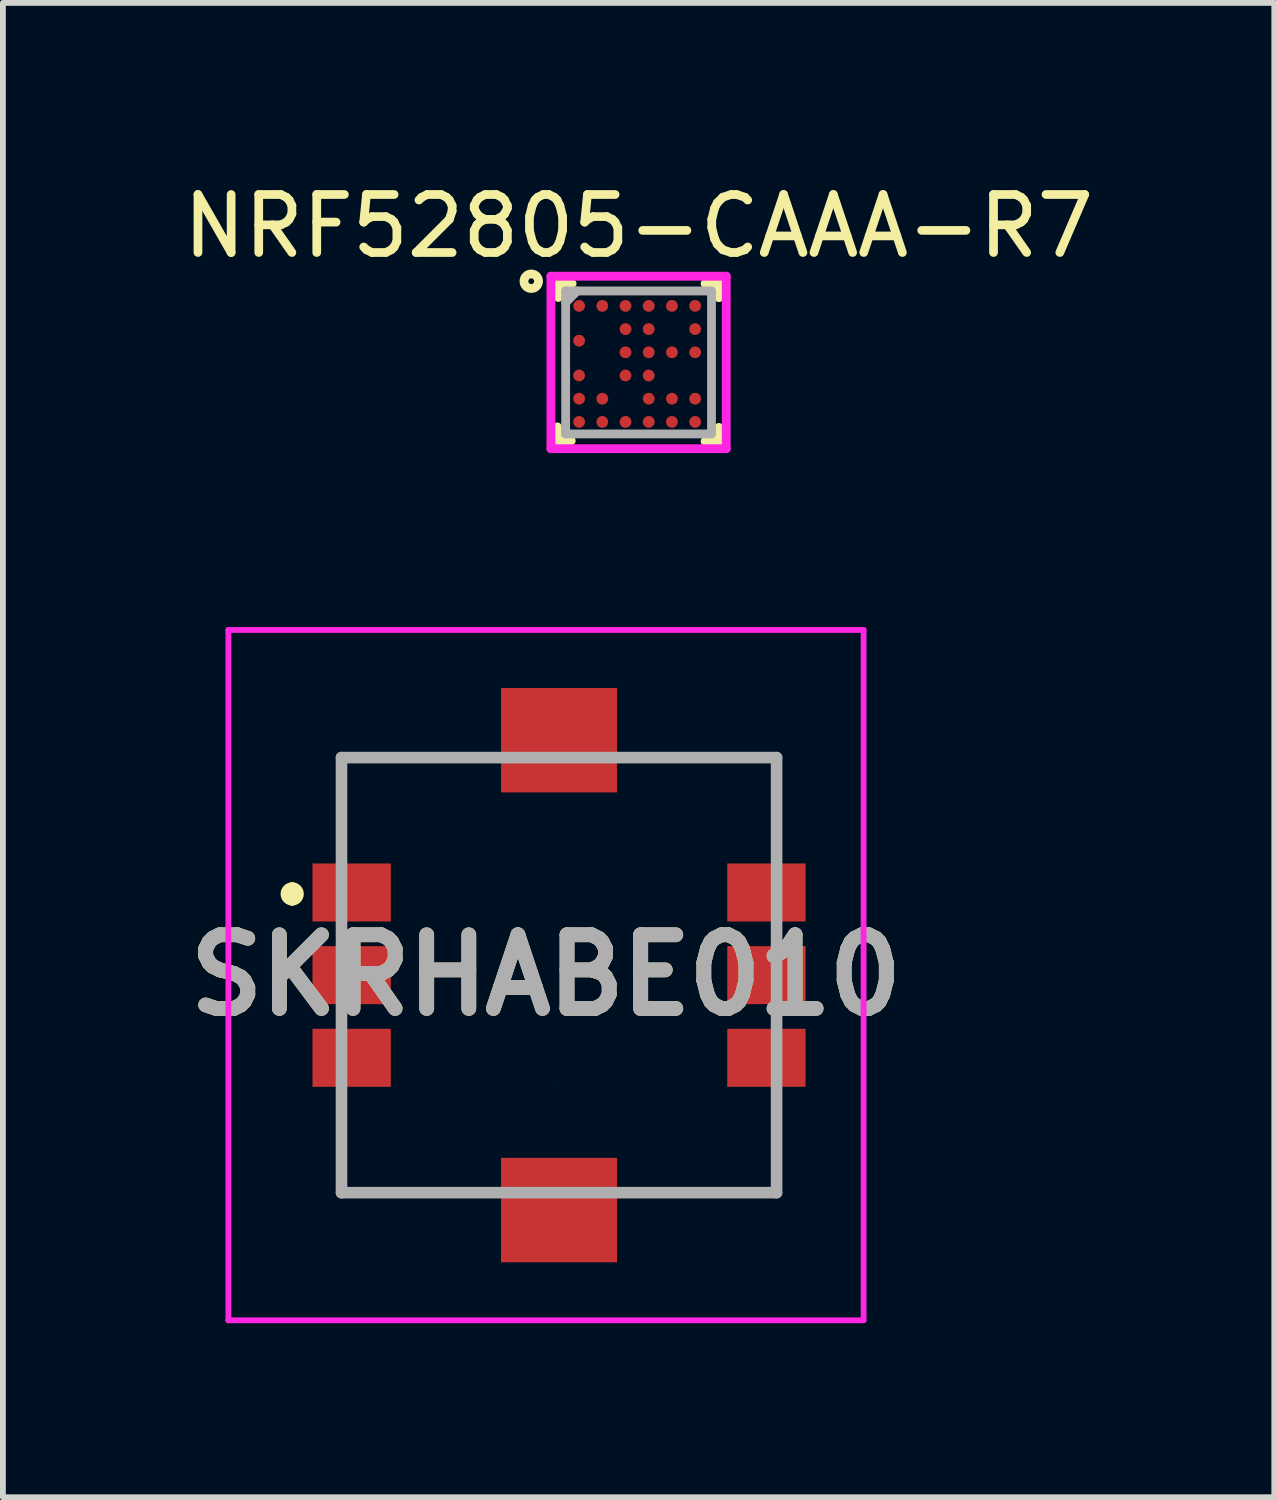
<source format=kicad_pcb>
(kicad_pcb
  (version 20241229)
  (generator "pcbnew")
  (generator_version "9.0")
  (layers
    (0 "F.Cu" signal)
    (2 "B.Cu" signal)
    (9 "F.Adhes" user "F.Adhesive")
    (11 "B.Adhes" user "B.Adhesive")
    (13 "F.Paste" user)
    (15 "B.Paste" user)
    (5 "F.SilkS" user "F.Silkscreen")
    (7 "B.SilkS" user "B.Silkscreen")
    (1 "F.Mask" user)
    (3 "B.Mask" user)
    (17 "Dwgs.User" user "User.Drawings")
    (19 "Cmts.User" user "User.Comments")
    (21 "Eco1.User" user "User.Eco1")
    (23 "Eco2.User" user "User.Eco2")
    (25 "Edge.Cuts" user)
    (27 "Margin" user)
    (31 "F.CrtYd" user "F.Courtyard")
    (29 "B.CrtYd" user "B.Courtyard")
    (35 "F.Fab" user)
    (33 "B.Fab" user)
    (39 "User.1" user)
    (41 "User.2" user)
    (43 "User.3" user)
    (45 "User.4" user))
  (footprint "NRF52805-CAAA-R7"
    (layer "F.Cu")
    (at 7.958 3.198)
    (property "Reference" "NRF52805-CAAA-R7" (at 0 -2.35 0) (layer "F.SilkS") (effects (font (size 1 1) (thickness 0.15))))
    (attr through_hole)
    (fp_line (start -1.4 1.35) (end -1.4 1.111) (stroke (width 0.152) (type solid)) (layer "F.SilkS"))
    (fp_line (start -1.4 1.35) (end -1.161 1.35) (stroke (width 0.152) (type solid)) (layer "F.SilkS"))
    (fp_line (start -1.384 -1.359) (end -1.384 -1.12) (stroke (width 0.152) (type solid)) (layer "F.SilkS"))
    (fp_line (start -1.384 -1.359) (end -1.228 -1.359) (stroke (width 0.152) (type solid)) (layer "F.SilkS"))
    (fp_line (start -1.384 -1.359) (end -1.146 -1.359) (stroke (width 0.152) (type solid)) (layer "F.SilkS"))
    (fp_line (start 1.178 -1.359) (end 1.384 -1.359) (stroke (width 0.152) (type solid)) (layer "F.SilkS"))
    (fp_line (start 1.384 -1.359) (end 1.146 -1.359) (stroke (width 0.152) (type solid)) (layer "F.SilkS"))
    (fp_line (start 1.384 -1.359) (end 1.384 -1.12) (stroke (width 0.152) (type solid)) (layer "F.SilkS"))
    (fp_line (start 1.384 -1.359) (end 1.384 -1.12) (stroke (width 0.152) (type solid)) (layer "F.SilkS"))
    (fp_line (start 1.384 1.17) (end 1.384 1.359) (stroke (width 0.152) (type solid)) (layer "F.SilkS"))
    (fp_line (start 1.384 1.359) (end 1.146 1.359) (stroke (width 0.152) (type solid)) (layer "F.SilkS"))
    (fp_line (start 1.384 1.359) (end 1.384 1.12) (stroke (width 0.152) (type solid)) (layer "F.SilkS"))
    (fp_circle (center -1.85 -1.4) (end -1.85 -1.45) (stroke (width 0.12) (type solid)) (fill no) (layer "F.SilkS"))
    (fp_circle (center -1.85 -1.4) (end -1.75 -1.5) (stroke (width 0.12) (type solid)) (fill no) (layer "F.SilkS"))
    (fp_line (start -1.511 -1.486) (end 1.511 -1.486) (stroke (width 0.152) (type solid)) (layer "F.CrtYd"))
    (fp_line (start -1.511 1.486) (end -1.511 -1.486) (stroke (width 0.152) (type solid)) (layer "F.CrtYd"))
    (fp_line (start 1.511 -1.486) (end 1.511 1.486) (stroke (width 0.152) (type solid)) (layer "F.CrtYd"))
    (fp_line (start 1.511 1.486) (end -1.511 1.486) (stroke (width 0.152) (type solid)) (layer "F.CrtYd"))
    (fp_line (start -1.257 -1.232) (end -1.257 1.232) (stroke (width 0.152) (type solid)) (layer "F.Fab"))
    (fp_line (start -1.257 1.232) (end 1.257 1.232) (stroke (width 0.152) (type solid)) (layer "F.Fab"))
    (fp_line (start -1.057 -1.232) (end -1.257 -1.032) (stroke (width 0.152) (type solid)) (layer "F.Fab"))
    (fp_line (start 1.257 -1.232) (end -1.257 -1.232) (stroke (width 0.152) (type solid)) (layer "F.Fab"))
    (fp_line (start 1.257 1.232) (end 1.257 -1.232) (stroke (width 0.152) (type solid)) (layer "F.Fab"))
    (pad "A1" smd circle (at -1.025 -0.975) (size 0.203 0.203) (layers "F.Cu" "F.Mask" "F.Paste"))
    (pad "A2" smd circle (at -0.625 -0.975) (size 0.203 0.203) (layers "F.Cu" "F.Mask" "F.Paste"))
    (pad "A3" smd circle (at -0.225 -0.975) (size 0.203 0.203) (layers "F.Cu" "F.Mask" "F.Paste"))
    (pad "A4" smd circle (at 0.175 -0.975) (size 0.203 0.203) (layers "F.Cu" "F.Mask" "F.Paste"))
    (pad "A5" smd circle (at 0.575 -0.975) (size 0.203 0.203) (layers "F.Cu" "F.Mask" "F.Paste"))
    (pad "A6" smd circle (at 0.975 -0.975) (size 0.203 0.203) (layers "F.Cu" "F.Mask" "F.Paste"))
    (pad "B3" smd circle (at -0.225 -0.575) (size 0.203 0.203) (layers "F.Cu" "F.Mask" "F.Paste"))
    (pad "B4" smd circle (at 0.175 -0.575) (size 0.203 0.203) (layers "F.Cu" "F.Mask" "F.Paste"))
    (pad "B6" smd circle (at 0.975 -0.575) (size 0.203 0.203) (layers "F.Cu" "F.Mask" "F.Paste"))
    (pad "C1" smd circle (at -1.025 -0.375) (size 0.203 0.203) (layers "F.Cu" "F.Mask" "F.Paste"))
    (pad "D3" smd circle (at -0.225 -0.175) (size 0.203 0.203) (layers "F.Cu" "F.Mask" "F.Paste"))
    (pad "D4" smd circle (at 0.175 -0.175) (size 0.203 0.203) (layers "F.Cu" "F.Mask" "F.Paste"))
    (pad "D5" smd circle (at 0.575 -0.175) (size 0.203 0.203) (layers "F.Cu" "F.Mask" "F.Paste"))
    (pad "D6" smd circle (at 0.975 -0.175) (size 0.203 0.203) (layers "F.Cu" "F.Mask" "F.Paste"))
    (pad "E1" smd circle (at -1.025 0.225) (size 0.203 0.203) (layers "F.Cu" "F.Mask" "F.Paste"))
    (pad "E3" smd circle (at -0.225 0.225) (size 0.203 0.203) (layers "F.Cu" "F.Mask" "F.Paste"))
    (pad "E4" smd circle (at 0.175 0.225) (size 0.203 0.203) (layers "F.Cu" "F.Mask" "F.Paste"))
    (pad "F1" smd circle (at -1.025 0.625) (size 0.203 0.203) (layers "F.Cu" "F.Mask" "F.Paste"))
    (pad "F2" smd circle (at -0.625 0.625) (size 0.203 0.203) (layers "F.Cu" "F.Mask" "F.Paste"))
    (pad "F4" smd circle (at 0.175 0.625) (size 0.203 0.203) (layers "F.Cu" "F.Mask" "F.Paste"))
    (pad "F5" smd circle (at 0.575 0.625) (size 0.203 0.203) (layers "F.Cu" "F.Mask" "F.Paste"))
    (pad "F6" smd circle (at 0.975 0.625) (size 0.203 0.203) (layers "F.Cu" "F.Mask" "F.Paste"))
    (pad "G1" smd circle (at -1.025 1.025) (size 0.203 0.203) (layers "F.Cu" "F.Mask" "F.Paste"))
    (pad "G2" smd circle (at -0.625 1.025) (size 0.203 0.203) (layers "F.Cu" "F.Mask" "F.Paste"))
    (pad "G3" smd circle (at -0.225 1.025) (size 0.203 0.203) (layers "F.Cu" "F.Mask" "F.Paste"))
    (pad "G4" smd circle (at 0.175 1.025) (size 0.203 0.203) (layers "F.Cu" "F.Mask" "F.Paste"))
    (pad "G5" smd circle (at 0.575 1.025) (size 0.203 0.203) (layers "F.Cu" "F.Mask" "F.Paste"))
    (pad "G6" smd circle (at 0.975 1.025) (size 0.203 0.203) (layers "F.Cu" "F.Mask" "F.Paste")))
  (footprint "SKRHABE010"
    (layer "F.Cu")
    (at 6.587 13.76)
    (property "Reference" "SKRHABE010" (at -0.225 0 0) (layer "F.SilkS") (effects (font (size 1.27 1.27) (thickness 0.254))))
    (attr through_hole)
    (fp_line (start -4.6 -1.5) (end -4.6 -1.5) (stroke (width 0.2) (type solid)) (layer "F.SilkS"))
    (fp_line (start -4.6 -1.3) (end -4.6 -1.3) (stroke (width 0.2) (type solid)) (layer "F.SilkS"))
    (fp_line (start -3.75 -3.75) (end -3.75 -2.5) (stroke (width 0.1) (type solid)) (layer "F.SilkS"))
    (fp_line (start -3.75 2.5) (end -3.75 3.75) (stroke (width 0.1) (type solid)) (layer "F.SilkS"))
    (fp_line (start -3.75 3.75) (end -1.5 3.75) (stroke (width 0.1) (type solid)) (layer "F.SilkS"))
    (fp_line (start -1.5 -3.75) (end -3.75 -3.75) (stroke (width 0.1) (type solid)) (layer "F.SilkS"))
    (fp_line (start 1.5 -3.75) (end 3.75 -3.75) (stroke (width 0.1) (type solid)) (layer "F.SilkS"))
    (fp_line (start 1.5 3.75) (end 3.75 3.75) (stroke (width 0.1) (type solid)) (layer "F.SilkS"))
    (fp_line (start 3.75 -3.75) (end 3.75 -2.5) (stroke (width 0.1) (type solid)) (layer "F.SilkS"))
    (fp_line (start 3.75 3.75) (end 3.75 2.5) (stroke (width 0.1) (type solid)) (layer "F.SilkS"))
    (fp_arc (start -4.6 -1.5) (mid -4.5 -1.4) (end -4.6 -1.3) (stroke (width 0.2) (type solid)) (layer "F.SilkS"))
    (fp_arc (start -4.6 -1.3) (mid -4.7 -1.4) (end -4.6 -1.5) (stroke (width 0.2) (type solid)) (layer "F.SilkS"))
    (fp_line (start -5.7 -5.95) (end 5.25 -5.95) (stroke (width 0.1) (type solid)) (layer "F.CrtYd"))
    (fp_line (start -5.7 5.95) (end -5.7 -5.95) (stroke (width 0.1) (type solid)) (layer "F.CrtYd"))
    (fp_line (start 5.25 -5.95) (end 5.25 5.95) (stroke (width 0.1) (type solid)) (layer "F.CrtYd"))
    (fp_line (start 5.25 5.95) (end -5.7 5.95) (stroke (width 0.1) (type solid)) (layer "F.CrtYd"))
    (fp_line (start -3.75 -3.75) (end 3.75 -3.75) (stroke (width 0.2) (type solid)) (layer "F.Fab"))
    (fp_line (start -3.75 3.75) (end -3.75 -3.75) (stroke (width 0.2) (type solid)) (layer "F.Fab"))
    (fp_line (start 3.75 -3.75) (end 3.75 3.75) (stroke (width 0.2) (type solid)) (layer "F.Fab"))
    (fp_line (start 3.75 3.75) (end -3.75 3.75) (stroke (width 0.2) (type solid)) (layer "F.Fab"))
    (fp_text user "${REFERENCE}" (at -0.225 0 0) (layer "F.Fab") (effects (font (size 1.27 1.27) (thickness 0.254))))
    (pad "" np_thru_hole circle (at 0 -1.9) (size 0.001 0.001) (drill 0.75) (layers "*.Cu" "*.Mask"))
    (pad "" np_thru_hole circle (at 0 1.9) (size 0.001 0.001) (drill 1.05) (layers "*.Cu" "*.Mask"))
    (pad "1" smd rect (at -3.575 -1.425 90) (size 1 1.35) (layers "F.Cu" "F.Mask" "F.Paste"))
    (pad "2" smd rect (at -3.575 0 90) (size 1 1.35) (layers "F.Cu" "F.Mask" "F.Paste"))
    (pad "3" smd rect (at -3.575 1.425 90) (size 1 1.35) (layers "F.Cu" "F.Mask" "F.Paste"))
    (pad "4" smd rect (at 3.575 -1.425 90) (size 1 1.35) (layers "F.Cu" "F.Mask" "F.Paste"))
    (pad "5" smd rect (at 3.575 0 90) (size 1 1.35) (layers "F.Cu" "F.Mask" "F.Paste"))
    (pad "6" smd rect (at 3.575 1.425 90) (size 1 1.35) (layers "F.Cu" "F.Mask" "F.Paste"))
    (pad "7" smd rect (at 0 -4.05 90) (size 1.8 2) (layers "F.Cu" "F.Mask" "F.Paste"))
    (pad "8" smd rect (at 0 4.05 90) (size 1.8 2) (layers "F.Cu" "F.Mask" "F.Paste")))
  (gr_rect
    (start -3 -3)
    (end 18.917 22.76)
    (stroke (width 0.1) (type default))
    (fill no)
    (layer "Edge.Cuts")))
</source>
